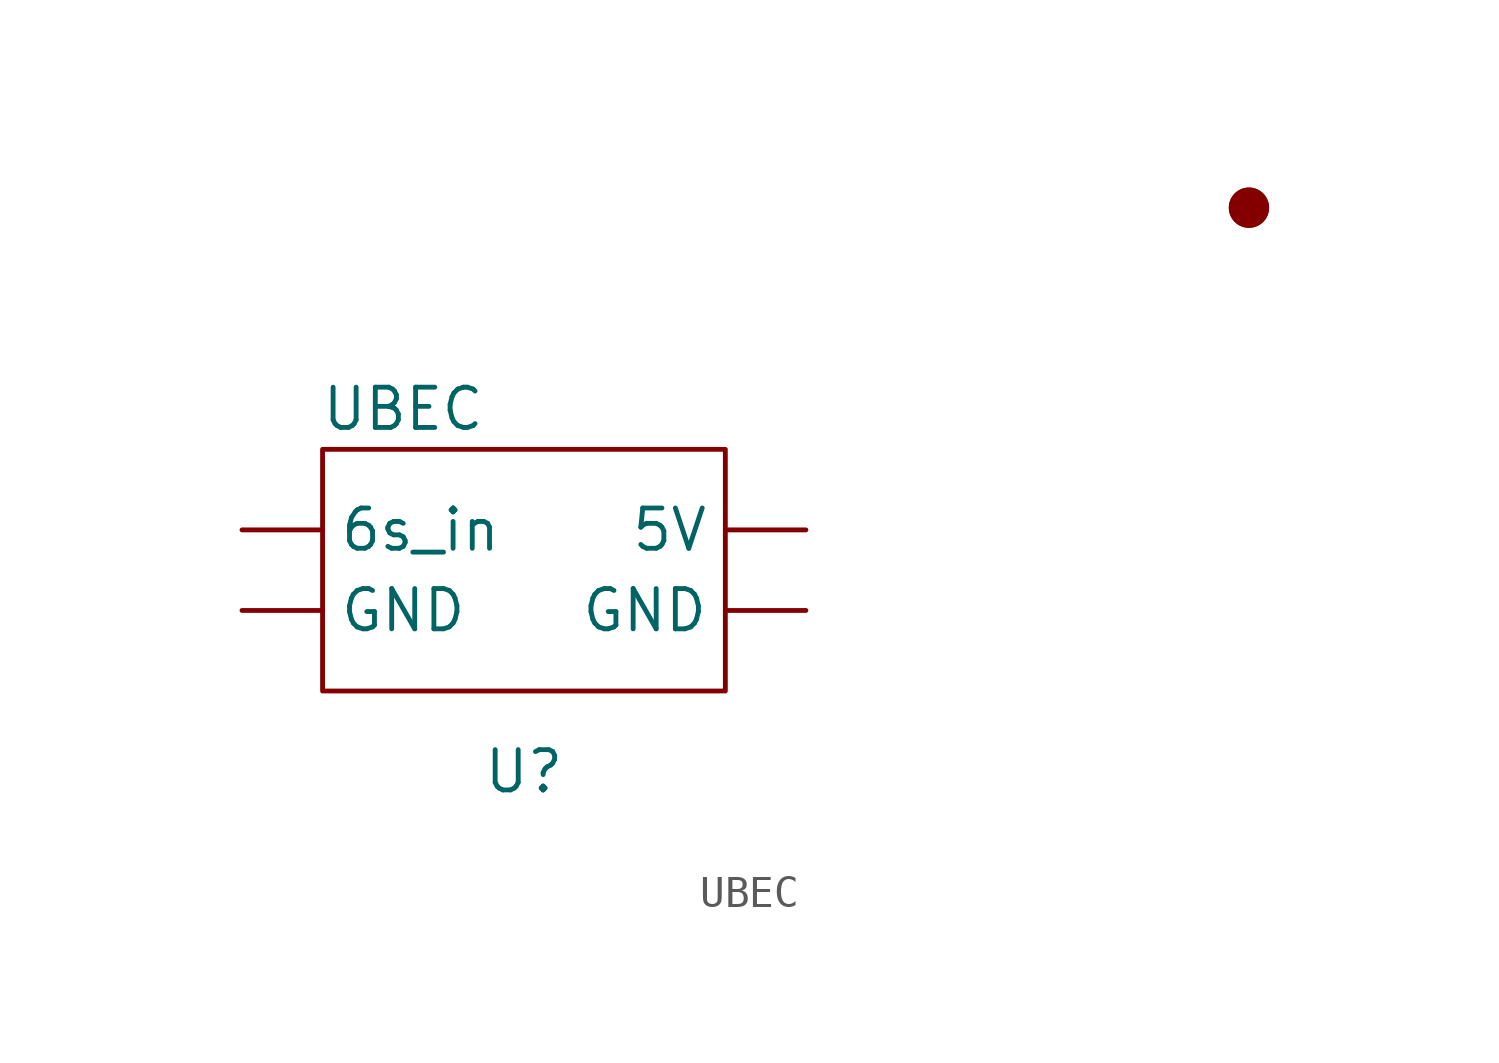
<source format=kicad_sym>
(kicad_symbol_lib
  (version 20211014)
  (generator kicad_symbol_editor)
  (symbol "UBEC"
    (property "Reference" "U"
      (at 0 -6.35 0)
      (effects (font (size 1.27 1.27))))
    (property "Value" "UBEC"
      (at -3.81 5.08 0)
      (effects (font (size 1.27 1.27))))
    (symbol "UBEC_0_1"
      (rectangle (start -6.35 3.81) (end 6.35 -3.81) (stroke (width 0) (type default) (color 0 0 0 0)) (fill (type none)))
      (rectangle (start 22.86 11.43) (end 22.86 11.43) (stroke (width 1.27) (type default) (color 0 0 0 0)) (fill (type none)))
      (rectangle (start 22.86 11.43) (end 22.86 11.43) (stroke (width 1.27) (type default) (color 0 0 0 0)) (fill (type none))))
    (symbol "UBEC_1_1"
      (pin output line (at 8.89 1.27 180) (length 2.54) (name "5V" (effects (font (size 1.27 1.27)))) (number "" (effects (font (size 1.27 1.27)))))
      (pin input line (at -8.89 1.27 0) (length 2.54) (name "6s_in" (effects (font (size 1.27 1.27)))) (number "" (effects (font (size 1.27 1.27)))))
      (pin input line (at -8.89 -1.27 0) (length 2.54) (name "GND" (effects (font (size 1.27 1.27)))) (number "" (effects (font (size 1.27 1.27)))))
      (pin output line (at 8.89 -1.27 180) (length 2.54) (name "GND" (effects (font (size 1.27 1.27)))) (number "" (effects (font (size 1.27 1.27))))))))
</source>
